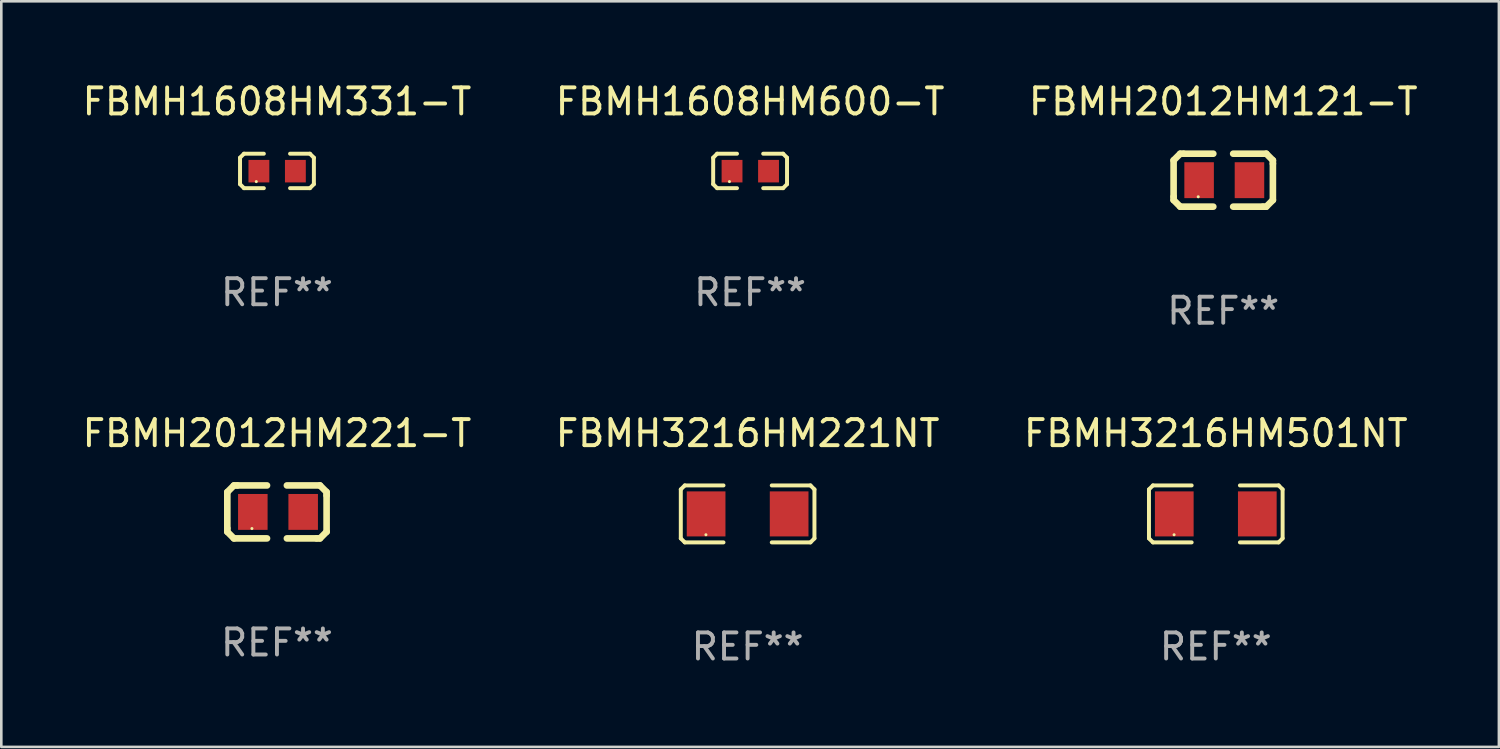
<source format=kicad_pcb>
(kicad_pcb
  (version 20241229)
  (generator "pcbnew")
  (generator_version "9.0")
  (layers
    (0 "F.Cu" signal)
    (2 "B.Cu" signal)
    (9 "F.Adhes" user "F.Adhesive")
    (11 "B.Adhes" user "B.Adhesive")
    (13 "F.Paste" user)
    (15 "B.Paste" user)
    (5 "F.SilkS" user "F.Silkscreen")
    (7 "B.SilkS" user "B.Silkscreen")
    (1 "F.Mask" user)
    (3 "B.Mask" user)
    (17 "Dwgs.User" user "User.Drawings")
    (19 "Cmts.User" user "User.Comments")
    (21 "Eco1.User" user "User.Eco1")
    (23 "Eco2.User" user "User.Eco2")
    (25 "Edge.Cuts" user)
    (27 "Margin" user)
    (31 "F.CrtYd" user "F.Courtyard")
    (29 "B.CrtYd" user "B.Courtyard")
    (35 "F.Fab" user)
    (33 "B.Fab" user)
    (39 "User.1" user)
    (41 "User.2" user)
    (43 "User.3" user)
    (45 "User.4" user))
  (footprint "FBMH3216HM501NT"
    (layer "F.Cu")
    (at 43.601 16.669)
    (property "Reference" "FBMH3216HM501NT" (at 0 -3.093 0) (layer "F.SilkS") (effects (font (size 1 1) (thickness 0.15))))
    (attr through_hole)
    (fp_line (start -2.564 -0.94) (end -2.411 -1.093) (stroke (width 0.152) (type solid)) (layer "F.SilkS"))
    (fp_line (start -2.564 0.94) (end -2.564 -0.94) (stroke (width 0.152) (type solid)) (layer "F.SilkS"))
    (fp_line (start -2.411 -1.093) (end -0.926 -1.093) (stroke (width 0.152) (type solid)) (layer "F.SilkS"))
    (fp_line (start -2.411 1.093) (end -2.564 0.94) (stroke (width 0.152) (type solid)) (layer "F.SilkS"))
    (fp_line (start -0.926 1.093) (end -2.411 1.093) (stroke (width 0.152) (type solid)) (layer "F.SilkS"))
    (fp_line (start 0.926 1.093) (end 2.411 1.093) (stroke (width 0.152) (type solid)) (layer "F.SilkS"))
    (fp_line (start 2.411 -1.093) (end 0.926 -1.093) (stroke (width 0.152) (type solid)) (layer "F.SilkS"))
    (fp_line (start 2.411 1.093) (end 2.564 0.94) (stroke (width 0.152) (type solid)) (layer "F.SilkS"))
    (fp_line (start 2.564 -0.94) (end 2.411 -1.093) (stroke (width 0.152) (type solid)) (layer "F.SilkS"))
    (fp_line (start 2.564 0.94) (end 2.564 -0.94) (stroke (width 0.152) (type solid)) (layer "F.SilkS"))
    (fp_circle (center -1.6 0.8) (end -1.57 0.8) (stroke (width 0.06) (type solid)) (fill no) (layer "F.SilkS"))
    (fp_text user "REF**" (at 0 5.093 0) (layer "F.Fab") (effects (font (size 1 1) (thickness 0.15))))
    (pad "1" smd rect (at -1.593 0) (size 1.485 1.728) (layers "F.Cu" "F.Mask" "F.Paste"))
    (pad "2" smd rect (at 1.593 0) (size 1.485 1.728) (layers "F.Cu" "F.Mask" "F.Paste")))
  (footprint "FBMH2012HM221-T"
    (layer "F.Cu")
    (at 7.577 16.593)
    (property "Reference" "FBMH2012HM221-T" (at 0 -3.016 0) (layer "F.SilkS") (effects (font (size 1 1) (thickness 0.15))))
    (attr through_hole)
    (fp_line (start -1.905 -0.762) (end -1.905 0.635) (stroke (width 0.254) (type solid)) (layer "F.SilkS"))
    (fp_line (start -1.905 0.635) (end -1.905 0.762) (stroke (width 0.254) (type solid)) (layer "F.SilkS"))
    (fp_line (start -1.905 0.762) (end -1.651 1.016) (stroke (width 0.254) (type solid)) (layer "F.SilkS"))
    (fp_line (start -1.651 -1.016) (end -1.905 -0.762) (stroke (width 0.254) (type solid)) (layer "F.SilkS"))
    (fp_line (start -1.651 1.016) (end -0.381 1.016) (stroke (width 0.254) (type solid)) (layer "F.SilkS"))
    (fp_line (start -1.524 -1.016) (end -1.651 -1.016) (stroke (width 0.254) (type solid)) (layer "F.SilkS"))
    (fp_line (start -0.381 -1.016) (end -1.524 -1.016) (stroke (width 0.254) (type solid)) (layer "F.SilkS"))
    (fp_line (start 0.381 1.016) (end 1.524 1.016) (stroke (width 0.254) (type solid)) (layer "F.SilkS"))
    (fp_line (start 1.524 1.016) (end 1.651 1.016) (stroke (width 0.254) (type solid)) (layer "F.SilkS"))
    (fp_line (start 1.651 -1.016) (end 0.381 -1.016) (stroke (width 0.254) (type solid)) (layer "F.SilkS"))
    (fp_line (start 1.651 1.016) (end 1.905 0.762) (stroke (width 0.254) (type solid)) (layer "F.SilkS"))
    (fp_line (start 1.905 -0.762) (end 1.651 -1.016) (stroke (width 0.254) (type solid)) (layer "F.SilkS"))
    (fp_line (start 1.905 -0.635) (end 1.905 -0.762) (stroke (width 0.254) (type solid)) (layer "F.SilkS"))
    (fp_line (start 1.905 0.762) (end 1.905 -0.635) (stroke (width 0.254) (type solid)) (layer "F.SilkS"))
    (fp_circle (center -0.96 0.637) (end -0.93 0.637) (stroke (width 0.06) (type solid)) (fill no) (layer "F.SilkS"))
    (fp_text user "REF**" (at 0 5.016 0) (layer "F.Fab") (effects (font (size 1 1) (thickness 0.15))))
    (pad "1" smd rect (at -0.926 -0.000051) (size 1.133 1.377) (layers "F.Cu" "F.Mask" "F.Paste"))
    (pad "2" smd rect (at 1.006 -0.000051) (size 1.133 1.377) (layers "F.Cu" "F.Mask" "F.Paste")))
  (footprint "FBMH1608HM331-T"
    (layer "F.Cu")
    (at 7.577 3.509)
    (property "Reference" "FBMH1608HM331-T" (at 0 -2.661 0) (layer "F.SilkS") (effects (font (size 1 1) (thickness 0.15))))
    (attr through_hole)
    (fp_line (start -1.417 -0.508) (end -1.265 -0.661) (stroke (width 0.152) (type solid)) (layer "F.SilkS"))
    (fp_line (start -1.417 0.508) (end -1.417 -0.508) (stroke (width 0.152) (type solid)) (layer "F.SilkS"))
    (fp_line (start -1.265 -0.661) (end -0.503 -0.661) (stroke (width 0.152) (type solid)) (layer "F.SilkS"))
    (fp_line (start -1.265 0.661) (end -1.417 0.508) (stroke (width 0.152) (type solid)) (layer "F.SilkS"))
    (fp_line (start -1.265 0.661) (end -0.503 0.661) (stroke (width 0.152) (type solid)) (layer "F.SilkS"))
    (fp_line (start 1.265 -0.661) (end 0.503 -0.661) (stroke (width 0.152) (type solid)) (layer "F.SilkS"))
    (fp_line (start 1.265 -0.661) (end 1.417 -0.508) (stroke (width 0.152) (type solid)) (layer "F.SilkS"))
    (fp_line (start 1.265 0.661) (end 0.503 0.661) (stroke (width 0.152) (type solid)) (layer "F.SilkS"))
    (fp_line (start 1.417 -0.508) (end 1.417 0.508) (stroke (width 0.152) (type solid)) (layer "F.SilkS"))
    (fp_line (start 1.417 0.508) (end 1.265 0.661) (stroke (width 0.152) (type solid)) (layer "F.SilkS"))
    (fp_circle (center -0.793 0.409) (end -0.763 0.409) (stroke (width 0.06) (type solid)) (fill no) (layer "F.SilkS"))
    (fp_text user "REF**" (at 0 4.661 0) (layer "F.Fab") (effects (font (size 1 1) (thickness 0.15))))
    (pad "1" smd rect (at -0.693 0.009 180) (size 0.8 0.864) (layers "F.Cu" "F.Mask" "F.Paste"))
    (pad "2" smd rect (at 0.707 0.009 180) (size 0.8 0.864) (layers "F.Cu" "F.Mask" "F.Paste")))
  (footprint "FBMH3216HM221NT"
    (layer "F.Cu")
    (at 25.637 16.669)
    (property "Reference" "FBMH3216HM221NT" (at 0 -3.093 0) (layer "F.SilkS") (effects (font (size 1 1) (thickness 0.15))))
    (attr through_hole)
    (fp_line (start -2.564 -0.94) (end -2.411 -1.093) (stroke (width 0.152) (type solid)) (layer "F.SilkS"))
    (fp_line (start -2.564 0.94) (end -2.564 -0.94) (stroke (width 0.152) (type solid)) (layer "F.SilkS"))
    (fp_line (start -2.411 -1.093) (end -0.926 -1.093) (stroke (width 0.152) (type solid)) (layer "F.SilkS"))
    (fp_line (start -2.411 1.093) (end -2.564 0.94) (stroke (width 0.152) (type solid)) (layer "F.SilkS"))
    (fp_line (start -0.926 1.093) (end -2.411 1.093) (stroke (width 0.152) (type solid)) (layer "F.SilkS"))
    (fp_line (start 0.926 1.093) (end 2.411 1.093) (stroke (width 0.152) (type solid)) (layer "F.SilkS"))
    (fp_line (start 2.411 -1.093) (end 0.926 -1.093) (stroke (width 0.152) (type solid)) (layer "F.SilkS"))
    (fp_line (start 2.411 1.093) (end 2.564 0.94) (stroke (width 0.152) (type solid)) (layer "F.SilkS"))
    (fp_line (start 2.564 -0.94) (end 2.411 -1.093) (stroke (width 0.152) (type solid)) (layer "F.SilkS"))
    (fp_line (start 2.564 0.94) (end 2.564 -0.94) (stroke (width 0.152) (type solid)) (layer "F.SilkS"))
    (fp_circle (center -1.6 0.8) (end -1.57 0.8) (stroke (width 0.06) (type solid)) (fill no) (layer "F.SilkS"))
    (fp_text user "REF**" (at 0 5.093 0) (layer "F.Fab") (effects (font (size 1 1) (thickness 0.15))))
    (pad "1" smd rect (at -1.593 0) (size 1.485 1.728) (layers "F.Cu" "F.Mask" "F.Paste"))
    (pad "2" smd rect (at 1.593 0) (size 1.485 1.728) (layers "F.Cu" "F.Mask" "F.Paste")))
  (footprint "FBMH1608HM600-T"
    (layer "F.Cu")
    (at 25.732 3.509)
    (property "Reference" "FBMH1608HM600-T" (at 0 -2.661 0) (layer "F.SilkS") (effects (font (size 1 1) (thickness 0.15))))
    (attr through_hole)
    (fp_line (start -1.417 -0.508) (end -1.265 -0.661) (stroke (width 0.152) (type solid)) (layer "F.SilkS"))
    (fp_line (start -1.417 0.508) (end -1.417 -0.508) (stroke (width 0.152) (type solid)) (layer "F.SilkS"))
    (fp_line (start -1.265 -0.661) (end -0.503 -0.661) (stroke (width 0.152) (type solid)) (layer "F.SilkS"))
    (fp_line (start -1.265 0.661) (end -1.417 0.508) (stroke (width 0.152) (type solid)) (layer "F.SilkS"))
    (fp_line (start -1.265 0.661) (end -0.503 0.661) (stroke (width 0.152) (type solid)) (layer "F.SilkS"))
    (fp_line (start 1.265 -0.661) (end 0.503 -0.661) (stroke (width 0.152) (type solid)) (layer "F.SilkS"))
    (fp_line (start 1.265 -0.661) (end 1.417 -0.508) (stroke (width 0.152) (type solid)) (layer "F.SilkS"))
    (fp_line (start 1.265 0.661) (end 0.503 0.661) (stroke (width 0.152) (type solid)) (layer "F.SilkS"))
    (fp_line (start 1.417 -0.508) (end 1.417 0.508) (stroke (width 0.152) (type solid)) (layer "F.SilkS"))
    (fp_line (start 1.417 0.508) (end 1.265 0.661) (stroke (width 0.152) (type solid)) (layer "F.SilkS"))
    (fp_circle (center -0.793 0.409) (end -0.763 0.409) (stroke (width 0.06) (type solid)) (fill no) (layer "F.SilkS"))
    (fp_text user "REF**" (at 0 4.661 0) (layer "F.Fab") (effects (font (size 1 1) (thickness 0.15))))
    (pad "1" smd rect (at -0.693 0.009 180) (size 0.8 0.864) (layers "F.Cu" "F.Mask" "F.Paste"))
    (pad "2" smd rect (at 0.707 0.009 180) (size 0.8 0.864) (layers "F.Cu" "F.Mask" "F.Paste")))
  (footprint "FBMH2012HM121-T"
    (layer "F.Cu")
    (at 43.887 3.864)
    (property "Reference" "FBMH2012HM121-T" (at 0 -3.016 0) (layer "F.SilkS") (effects (font (size 1 1) (thickness 0.15))))
    (attr through_hole)
    (fp_line (start -1.905 -0.762) (end -1.905 0.635) (stroke (width 0.254) (type solid)) (layer "F.SilkS"))
    (fp_line (start -1.905 0.635) (end -1.905 0.762) (stroke (width 0.254) (type solid)) (layer "F.SilkS"))
    (fp_line (start -1.905 0.762) (end -1.651 1.016) (stroke (width 0.254) (type solid)) (layer "F.SilkS"))
    (fp_line (start -1.651 -1.016) (end -1.905 -0.762) (stroke (width 0.254) (type solid)) (layer "F.SilkS"))
    (fp_line (start -1.651 1.016) (end -0.381 1.016) (stroke (width 0.254) (type solid)) (layer "F.SilkS"))
    (fp_line (start -1.524 -1.016) (end -1.651 -1.016) (stroke (width 0.254) (type solid)) (layer "F.SilkS"))
    (fp_line (start -0.381 -1.016) (end -1.524 -1.016) (stroke (width 0.254) (type solid)) (layer "F.SilkS"))
    (fp_line (start 0.381 1.016) (end 1.524 1.016) (stroke (width 0.254) (type solid)) (layer "F.SilkS"))
    (fp_line (start 1.524 1.016) (end 1.651 1.016) (stroke (width 0.254) (type solid)) (layer "F.SilkS"))
    (fp_line (start 1.651 -1.016) (end 0.381 -1.016) (stroke (width 0.254) (type solid)) (layer "F.SilkS"))
    (fp_line (start 1.651 1.016) (end 1.905 0.762) (stroke (width 0.254) (type solid)) (layer "F.SilkS"))
    (fp_line (start 1.905 -0.762) (end 1.651 -1.016) (stroke (width 0.254) (type solid)) (layer "F.SilkS"))
    (fp_line (start 1.905 -0.635) (end 1.905 -0.762) (stroke (width 0.254) (type solid)) (layer "F.SilkS"))
    (fp_line (start 1.905 0.762) (end 1.905 -0.635) (stroke (width 0.254) (type solid)) (layer "F.SilkS"))
    (fp_circle (center -0.96 0.637) (end -0.93 0.637) (stroke (width 0.06) (type solid)) (fill no) (layer "F.SilkS"))
    (fp_text user "REF**" (at 0 5.016 0) (layer "F.Fab") (effects (font (size 1 1) (thickness 0.15))))
    (pad "1" smd rect (at -0.926 -0.000051) (size 1.133 1.377) (layers "F.Cu" "F.Mask" "F.Paste"))
    (pad "2" smd rect (at 1.006 -0.000051) (size 1.133 1.377) (layers "F.Cu" "F.Mask" "F.Paste")))
  (gr_rect
    (start -3 -3)
    (end 54.464 25.61)
    (stroke (width 0.1) (type default))
    (fill no)
    (layer "Edge.Cuts")))
</source>
